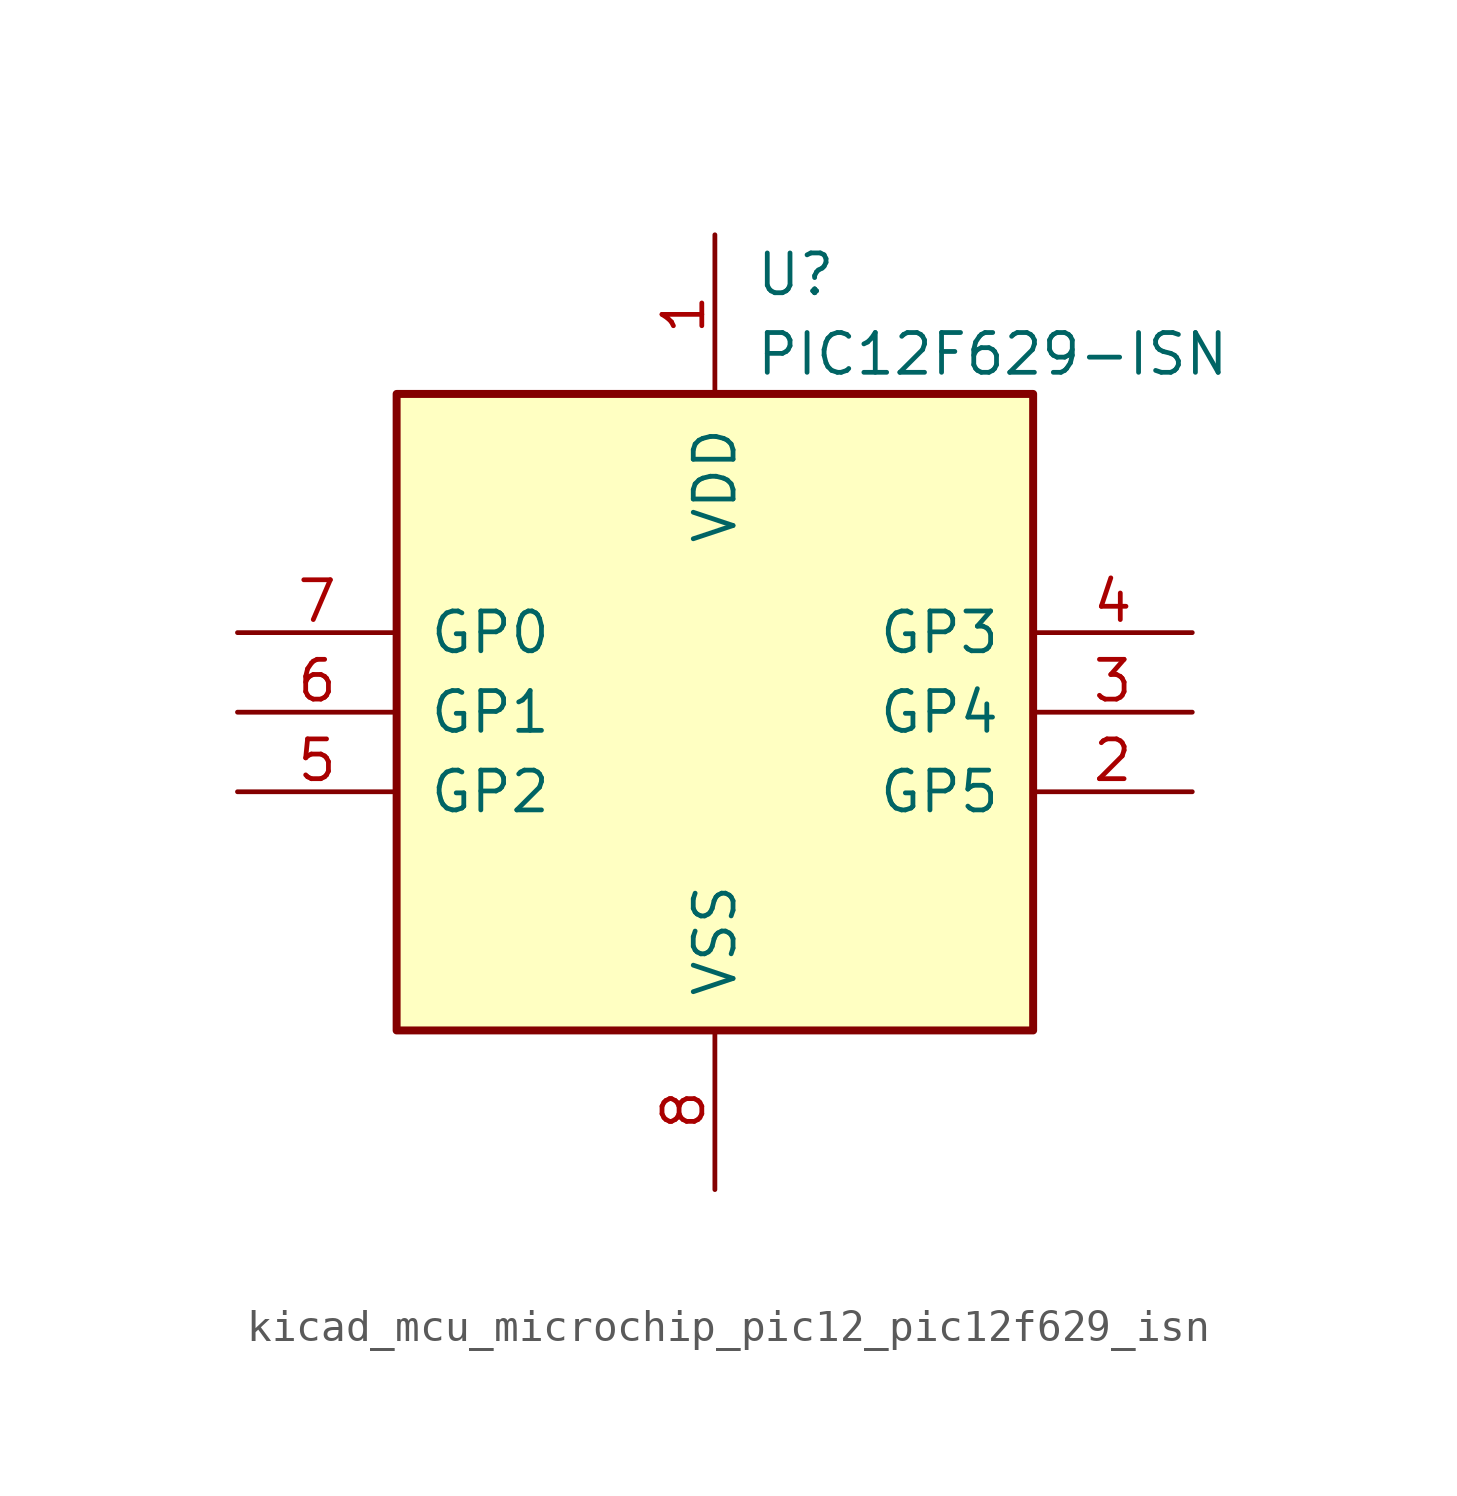
<source format=kicad_sym>
(kicad_symbol_lib
  (version 20220914)
  (generator kicad_symbol_editor)
  (symbol "kicad_mcu_microchip_pic12_pic12f629_isn"
    (pin_names
      (offset 1.016))
    (property "Reference" "U"
      (at 1.27 13.97 0)
      (effects (font (size 1.27 1.27)) (justify left)))
    (property "Value" "PIC12F629-ISN"
      (at 1.27 11.43 0)
      (effects (font (size 1.27 1.27)) (justify left)))
    (symbol "kicad_mcu_microchip_pic12_pic12f629_isn_0_1"
      (rectangle (start 10.16 -10.16) (end -10.16 10.16) (stroke (width 0.254) (type default)) (fill (type background))))
    (symbol "kicad_mcu_microchip_pic12_pic12f629_isn_1_1"
      (pin power_in line (at 0 15.24 270) (length 5.08) (name "VDD" (effects (font (size 1.27 1.27)))) (number "1" (effects (font (size 1.27 1.27)))))
      (pin bidirectional line (at 15.24 -2.54 180) (length 5.08) (name "GP5" (effects (font (size 1.27 1.27)))) (number "2" (effects (font (size 1.27 1.27)))))
      (pin bidirectional line (at 15.24 0 180) (length 5.08) (name "GP4" (effects (font (size 1.27 1.27)))) (number "3" (effects (font (size 1.27 1.27)))))
      (pin input line (at 15.24 2.54 180) (length 5.08) (name "GP3" (effects (font (size 1.27 1.27)))) (number "4" (effects (font (size 1.27 1.27)))))
      (pin bidirectional line (at -15.24 -2.54 0) (length 5.08) (name "GP2" (effects (font (size 1.27 1.27)))) (number "5" (effects (font (size 1.27 1.27)))))
      (pin bidirectional line (at -15.24 0 0) (length 5.08) (name "GP1" (effects (font (size 1.27 1.27)))) (number "6" (effects (font (size 1.27 1.27)))))
      (pin bidirectional line (at -15.24 2.54 0) (length 5.08) (name "GP0" (effects (font (size 1.27 1.27)))) (number "7" (effects (font (size 1.27 1.27)))))
      (pin power_in line (at 0 -15.24 90) (length 5.08) (name "VSS" (effects (font (size 1.27 1.27)))) (number "8" (effects (font (size 1.27 1.27))))))))
</source>
